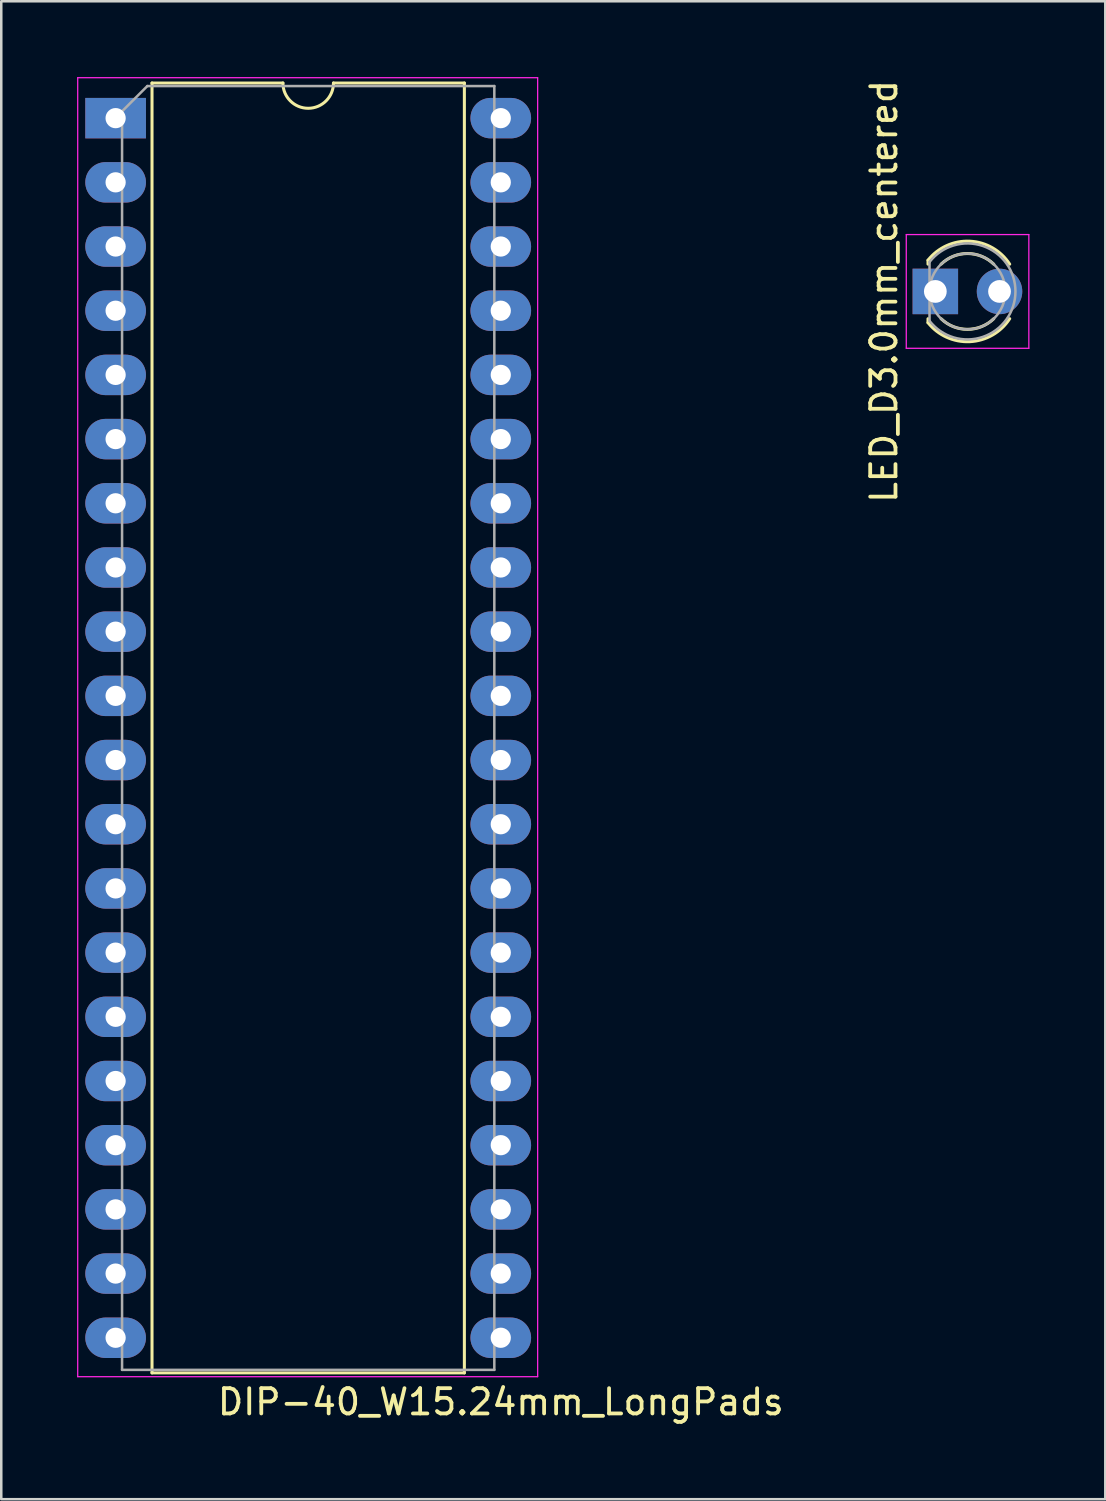
<source format=kicad_pcb>
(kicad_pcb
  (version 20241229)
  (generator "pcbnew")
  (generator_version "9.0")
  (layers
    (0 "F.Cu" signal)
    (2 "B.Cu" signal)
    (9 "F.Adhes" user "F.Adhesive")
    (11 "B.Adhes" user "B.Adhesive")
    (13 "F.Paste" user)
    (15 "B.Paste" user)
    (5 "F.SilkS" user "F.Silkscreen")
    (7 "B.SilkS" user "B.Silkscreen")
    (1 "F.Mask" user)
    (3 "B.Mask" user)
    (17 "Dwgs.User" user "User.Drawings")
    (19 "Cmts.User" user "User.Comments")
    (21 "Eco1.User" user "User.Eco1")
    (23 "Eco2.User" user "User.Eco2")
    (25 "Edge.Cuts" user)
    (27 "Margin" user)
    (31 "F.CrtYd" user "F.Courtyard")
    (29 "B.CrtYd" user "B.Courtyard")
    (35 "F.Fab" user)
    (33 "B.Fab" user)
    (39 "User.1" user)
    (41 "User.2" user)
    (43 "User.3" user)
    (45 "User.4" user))
  (footprint "LED_D3.0mm_centered"
    (layer "F.Cu")
    (at 35.231 8.482)
    (property "Reference" "LED_D3.0mm_centered" (at -3.302 0 90) (layer "F.SilkS") (effects (font (size 1 1) (thickness 0.15))))
    (attr through_hole)
    (fp_line (start -1.56 -1.236) (end -1.56 -1.08) (stroke (width 0.12) (type solid)) (layer "F.SilkS"))
    (fp_line (start -1.56 1.08) (end -1.56 1.236) (stroke (width 0.12) (type solid)) (layer "F.SilkS"))
    (fp_arc (start -1.56 -1.235516) (mid 0.096487 -1.987659) (end 1.672335 -1.078608) (stroke (width 0.12) (type solid)) (layer "F.SilkS"))
    (fp_arc (start -1.040961 -1.08) (mid 0.000117 -1.5) (end 1.04113 -1.079837) (stroke (width 0.12) (type solid)) (layer "F.SilkS"))
    (fp_arc (start 1.04113 1.079837) (mid 0.000117 1.5) (end -1.040961 1.08) (stroke (width 0.12) (type solid)) (layer "F.SilkS"))
    (fp_arc (start 1.672335 1.078608) (mid 0.096487 1.987659) (end -1.56 1.235516) (stroke (width 0.12) (type solid)) (layer "F.SilkS"))
    (fp_line (start -2.42 -2.25) (end -2.42 2.25) (stroke (width 0.05) (type solid)) (layer "F.CrtYd"))
    (fp_line (start -2.42 2.25) (end 2.43 2.25) (stroke (width 0.05) (type solid)) (layer "F.CrtYd"))
    (fp_line (start 2.43 -2.25) (end -2.42 -2.25) (stroke (width 0.05) (type solid)) (layer "F.CrtYd"))
    (fp_line (start 2.43 2.25) (end 2.43 -2.25) (stroke (width 0.05) (type solid)) (layer "F.CrtYd"))
    (fp_line (start -1.5 -1.166) (end -1.5 1.166) (stroke (width 0.1) (type solid)) (layer "F.Fab"))
    (fp_arc (start -1.5 -1.16619) (mid 1.9 0.000452) (end -1.500555 1.165476) (stroke (width 0.1) (type solid)) (layer "F.Fab"))
    (fp_circle (center 0 0) (end 1.5 0) (stroke (width 0.1) (type solid)) (fill no) (layer "F.Fab"))
    (pad "1" thru_hole rect (at -1.27 0) (size 1.8 1.8) (drill 0.9) (layers "*.Cu" "*.Mask"))
    (pad "2" thru_hole circle (at 1.27 0) (size 1.8 1.8) (drill 0.9) (layers "*.Cu" "*.Mask")))
  (footprint "DIP-40_W15.24mm_LongPads"
    (layer "F.Cu")
    (at 1.525 1.625)
    (property "Reference" "DIP-40_W15.24mm_LongPads" (at 15.24 50.8 0) (layer "F.SilkS") (effects (font (size 1 1) (thickness 0.15))))
    (attr through_hole)
    (fp_line (start 1.44 -1.39) (end 1.44 49.65) (stroke (width 0.12) (type solid)) (layer "F.SilkS"))
    (fp_line (start 1.44 49.65) (end 13.8 49.65) (stroke (width 0.12) (type solid)) (layer "F.SilkS"))
    (fp_line (start 6.62 -1.39) (end 1.44 -1.39) (stroke (width 0.12) (type solid)) (layer "F.SilkS"))
    (fp_line (start 13.8 -1.39) (end 8.62 -1.39) (stroke (width 0.12) (type solid)) (layer "F.SilkS"))
    (fp_line (start 13.8 49.65) (end 13.8 -1.39) (stroke (width 0.12) (type solid)) (layer "F.SilkS"))
    (fp_arc (start 8.62 -1.39) (mid 7.62 -0.39) (end 6.62 -1.39) (stroke (width 0.12) (type solid)) (layer "F.SilkS"))
    (fp_line (start -1.5 -1.6) (end -1.5 49.8) (stroke (width 0.05) (type solid)) (layer "F.CrtYd"))
    (fp_line (start -1.5 49.8) (end 16.7 49.8) (stroke (width 0.05) (type solid)) (layer "F.CrtYd"))
    (fp_line (start 16.7 -1.6) (end -1.5 -1.6) (stroke (width 0.05) (type solid)) (layer "F.CrtYd"))
    (fp_line (start 16.7 49.8) (end 16.7 -1.6) (stroke (width 0.05) (type solid)) (layer "F.CrtYd"))
    (fp_line (start 0.255 -0.27) (end 1.255 -1.27) (stroke (width 0.1) (type solid)) (layer "F.Fab"))
    (fp_line (start 0.255 49.53) (end 0.255 -0.27) (stroke (width 0.1) (type solid)) (layer "F.Fab"))
    (fp_line (start 1.255 -1.27) (end 14.985 -1.27) (stroke (width 0.1) (type solid)) (layer "F.Fab"))
    (fp_line (start 14.985 -1.27) (end 14.985 49.53) (stroke (width 0.1) (type solid)) (layer "F.Fab"))
    (fp_line (start 14.985 49.53) (end 0.255 49.53) (stroke (width 0.1) (type solid)) (layer "F.Fab"))
    (pad "1" thru_hole rect (at 0 0) (size 2.4 1.6) (drill 0.8) (layers "*.Cu" "*.Mask"))
    (pad "2" thru_hole oval (at 0 2.54) (size 2.4 1.6) (drill 0.8) (layers "*.Cu" "*.Mask"))
    (pad "3" thru_hole oval (at 0 5.08) (size 2.4 1.6) (drill 0.8) (layers "*.Cu" "*.Mask"))
    (pad "4" thru_hole oval (at 0 7.62) (size 2.4 1.6) (drill 0.8) (layers "*.Cu" "*.Mask"))
    (pad "5" thru_hole oval (at 0 10.16) (size 2.4 1.6) (drill 0.8) (layers "*.Cu" "*.Mask"))
    (pad "6" thru_hole oval (at 0 12.7) (size 2.4 1.6) (drill 0.8) (layers "*.Cu" "*.Mask"))
    (pad "7" thru_hole oval (at 0 15.24) (size 2.4 1.6) (drill 0.8) (layers "*.Cu" "*.Mask"))
    (pad "8" thru_hole oval (at 0 17.78) (size 2.4 1.6) (drill 0.8) (layers "*.Cu" "*.Mask"))
    (pad "9" thru_hole oval (at 0 20.32) (size 2.4 1.6) (drill 0.8) (layers "*.Cu" "*.Mask"))
    (pad "10" thru_hole oval (at 0 22.86) (size 2.4 1.6) (drill 0.8) (layers "*.Cu" "*.Mask"))
    (pad "11" thru_hole oval (at 0 25.4) (size 2.4 1.6) (drill 0.8) (layers "*.Cu" "*.Mask"))
    (pad "12" thru_hole oval (at 0 27.94) (size 2.4 1.6) (drill 0.8) (layers "*.Cu" "*.Mask"))
    (pad "13" thru_hole oval (at 0 30.48) (size 2.4 1.6) (drill 0.8) (layers "*.Cu" "*.Mask"))
    (pad "14" thru_hole oval (at 0 33.02) (size 2.4 1.6) (drill 0.8) (layers "*.Cu" "*.Mask"))
    (pad "15" thru_hole oval (at 0 35.56) (size 2.4 1.6) (drill 0.8) (layers "*.Cu" "*.Mask"))
    (pad "16" thru_hole oval (at 0 38.1) (size 2.4 1.6) (drill 0.8) (layers "*.Cu" "*.Mask"))
    (pad "17" thru_hole oval (at 0 40.64) (size 2.4 1.6) (drill 0.8) (layers "*.Cu" "*.Mask"))
    (pad "18" thru_hole oval (at 0 43.18) (size 2.4 1.6) (drill 0.8) (layers "*.Cu" "*.Mask"))
    (pad "19" thru_hole oval (at 0 45.72) (size 2.4 1.6) (drill 0.8) (layers "*.Cu" "*.Mask"))
    (pad "20" thru_hole oval (at 0 48.26) (size 2.4 1.6) (drill 0.8) (layers "*.Cu" "*.Mask"))
    (pad "21" thru_hole oval (at 15.24 48.26) (size 2.4 1.6) (drill 0.8) (layers "*.Cu" "*.Mask"))
    (pad "22" thru_hole oval (at 15.24 45.72) (size 2.4 1.6) (drill 0.8) (layers "*.Cu" "*.Mask"))
    (pad "23" thru_hole oval (at 15.24 43.18) (size 2.4 1.6) (drill 0.8) (layers "*.Cu" "*.Mask"))
    (pad "24" thru_hole oval (at 15.24 40.64) (size 2.4 1.6) (drill 0.8) (layers "*.Cu" "*.Mask"))
    (pad "25" thru_hole oval (at 15.24 38.1) (size 2.4 1.6) (drill 0.8) (layers "*.Cu" "*.Mask"))
    (pad "26" thru_hole oval (at 15.24 35.56) (size 2.4 1.6) (drill 0.8) (layers "*.Cu" "*.Mask"))
    (pad "27" thru_hole oval (at 15.24 33.02) (size 2.4 1.6) (drill 0.8) (layers "*.Cu" "*.Mask"))
    (pad "28" thru_hole oval (at 15.24 30.48) (size 2.4 1.6) (drill 0.8) (layers "*.Cu" "*.Mask"))
    (pad "29" thru_hole oval (at 15.24 27.94) (size 2.4 1.6) (drill 0.8) (layers "*.Cu" "*.Mask"))
    (pad "30" thru_hole oval (at 15.24 25.4) (size 2.4 1.6) (drill 0.8) (layers "*.Cu" "*.Mask"))
    (pad "31" thru_hole oval (at 15.24 22.86) (size 2.4 1.6) (drill 0.8) (layers "*.Cu" "*.Mask"))
    (pad "32" thru_hole oval (at 15.24 20.32) (size 2.4 1.6) (drill 0.8) (layers "*.Cu" "*.Mask"))
    (pad "33" thru_hole oval (at 15.24 17.78) (size 2.4 1.6) (drill 0.8) (layers "*.Cu" "*.Mask"))
    (pad "34" thru_hole oval (at 15.24 15.24) (size 2.4 1.6) (drill 0.8) (layers "*.Cu" "*.Mask"))
    (pad "35" thru_hole oval (at 15.24 12.7) (size 2.4 1.6) (drill 0.8) (layers "*.Cu" "*.Mask"))
    (pad "36" thru_hole oval (at 15.24 10.16) (size 2.4 1.6) (drill 0.8) (layers "*.Cu" "*.Mask"))
    (pad "37" thru_hole oval (at 15.24 7.62) (size 2.4 1.6) (drill 0.8) (layers "*.Cu" "*.Mask"))
    (pad "38" thru_hole oval (at 15.24 5.08) (size 2.4 1.6) (drill 0.8) (layers "*.Cu" "*.Mask"))
    (pad "39" thru_hole oval (at 15.24 2.54) (size 2.4 1.6) (drill 0.8) (layers "*.Cu" "*.Mask"))
    (pad "40" thru_hole oval (at 15.24 0) (size 2.4 1.6) (drill 0.8) (layers "*.Cu" "*.Mask")))
  (gr_rect
    (start -3 -3)
    (end 40.686 56.273)
    (stroke (width 0.1) (type default))
    (fill no)
    (layer "Edge.Cuts")))
</source>
